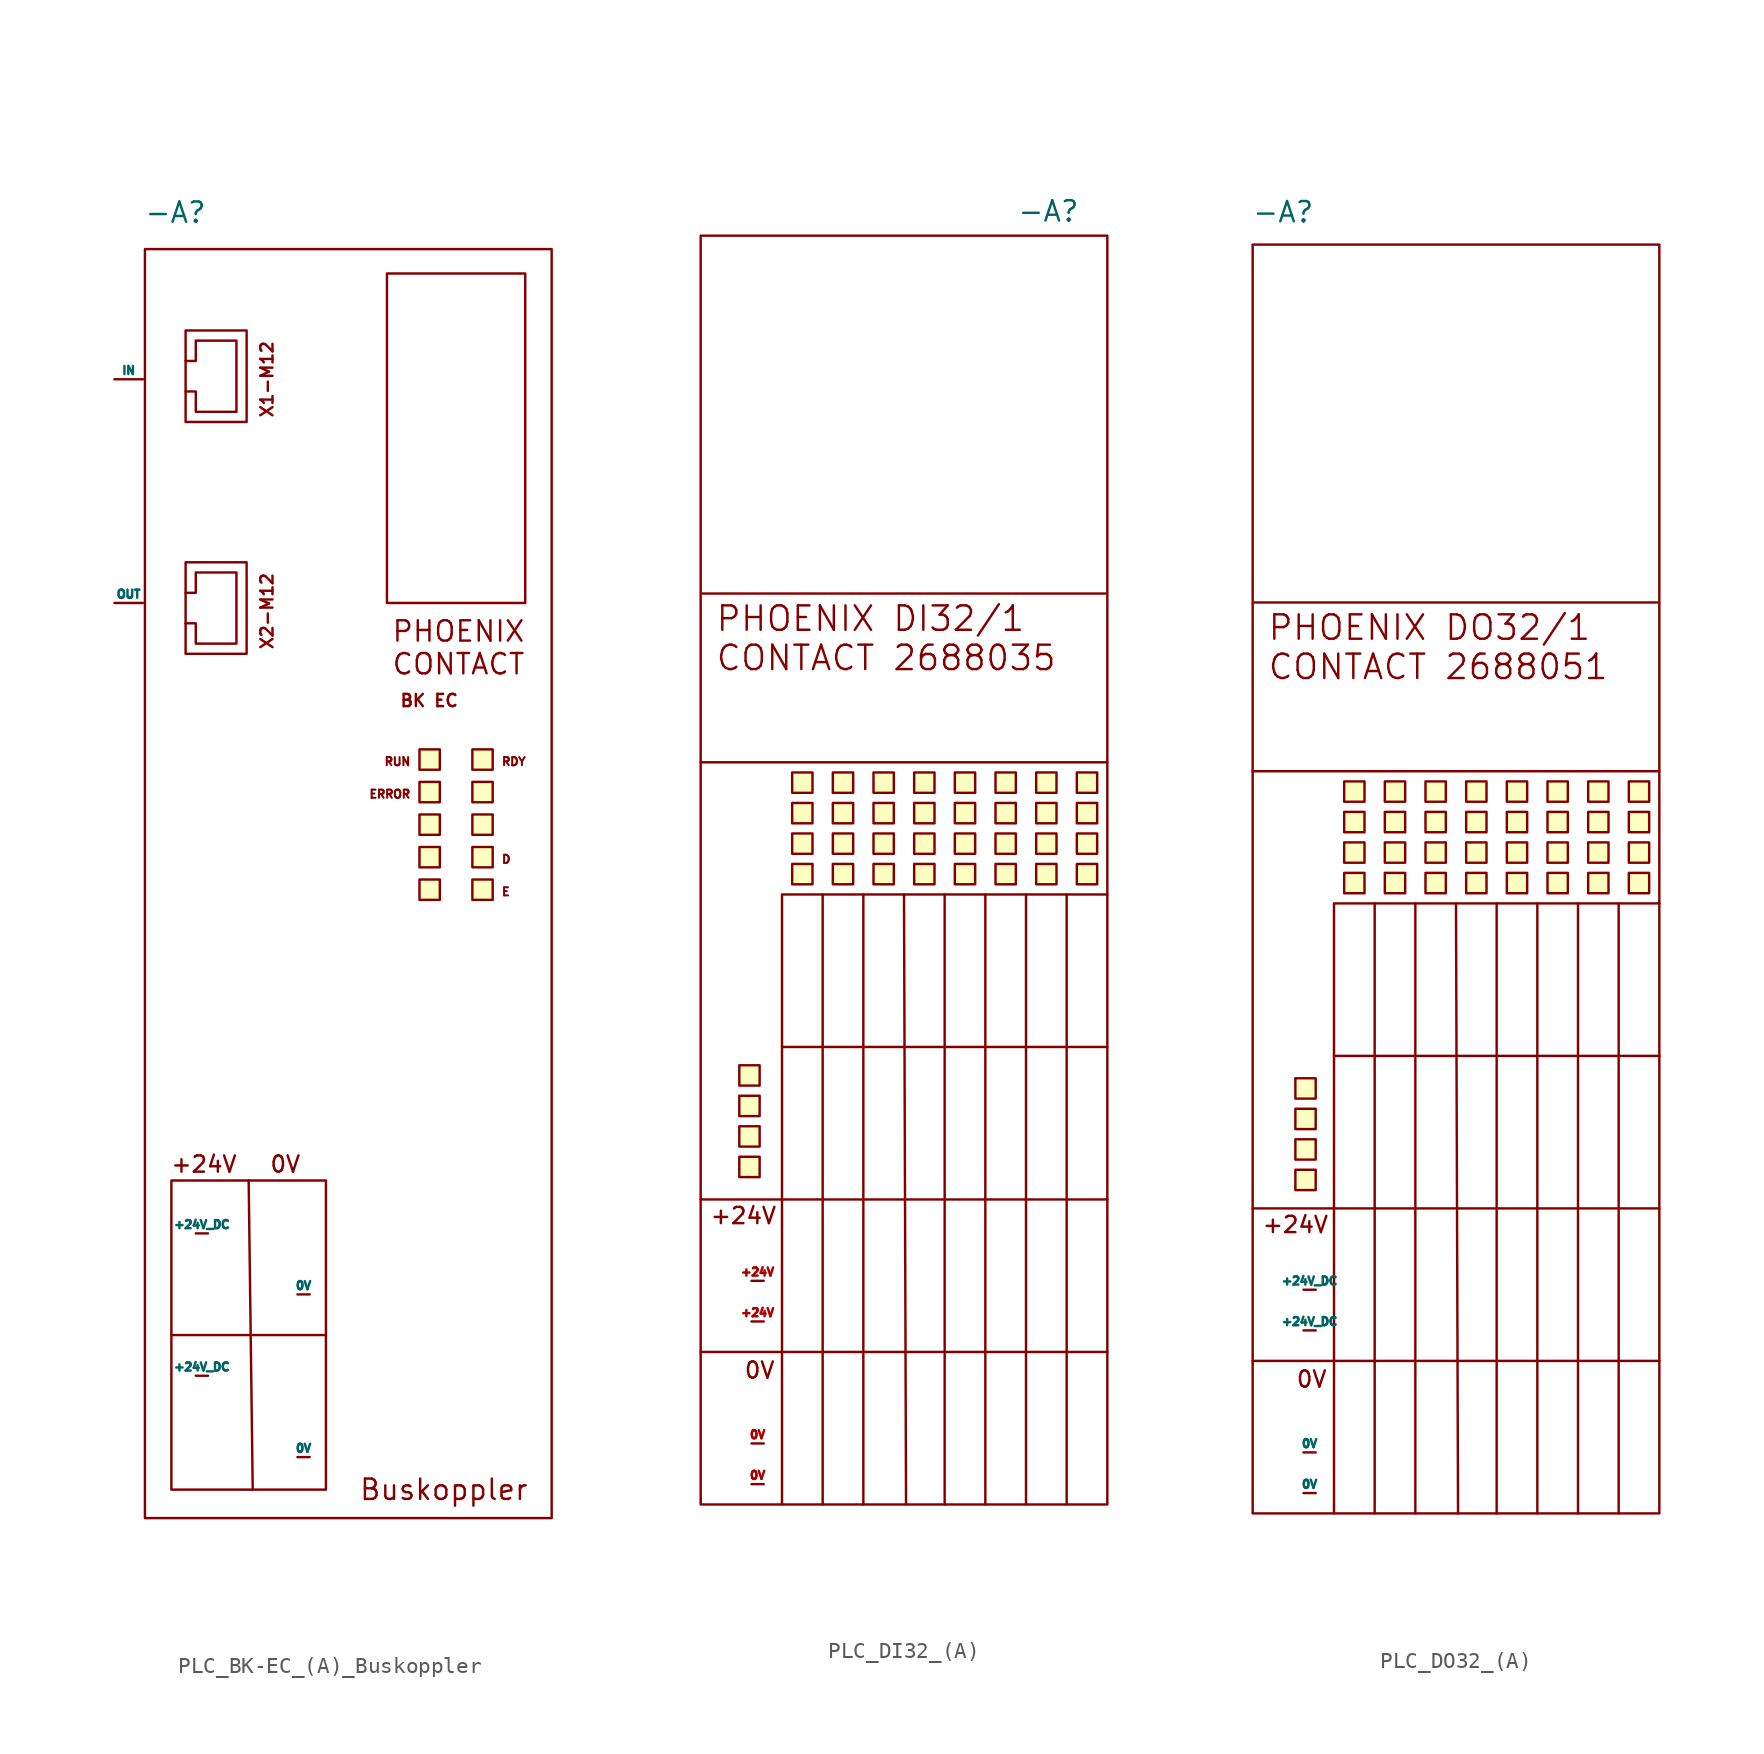
<source format=kicad_sym>
(kicad_symbol_lib
  (version 20241209)
  (generator "kicad_symbol_editor")
  (generator_version "9.0")
  (symbol "PLC_BK-EC_(A)_Buskoppler"
    (pin_numbers
      (hide yes))
    (pin_names
      (offset 0))
    (property "Reference" "-A"
      (at -10.16 52.324 0)
      (effects (font (size 1.27 1.27))))
    (property "Value" ""
      (at 0 0 0)
      (effects (font (size 1.27 1.27))))
    (symbol "PLC_BK-EC_(A)_Buskoppler_0_1"
      (rectangle (start -12.065 50.038) (end 13.335 -29.21) (stroke (width 0) (type default)) (fill (type none)))
      (polyline (pts (xy -9.525 43.053) (xy -8.89 43.053) (xy -8.89 44.323) (xy -6.35 44.323) (xy -6.35 39.878) (xy -8.89 39.878) (xy -8.89 40.513) (xy -8.89 41.148) (xy -9.525 41.148)) (stroke (width 0) (type default)) (fill (type none)))
      (polyline (pts (xy -9.525 28.575) (xy -8.89 28.575) (xy -8.89 29.845) (xy -6.35 29.845) (xy -6.35 25.4) (xy -8.89 25.4) (xy -8.89 26.035) (xy -8.89 26.67) (xy -9.525 26.67)) (stroke (width 0) (type default)) (fill (type none)))
      (rectangle (start -5.715 44.958) (end -9.525 39.243) (stroke (width 0) (type default)) (fill (type none)))
      (rectangle (start -5.715 30.48) (end -9.525 24.765) (stroke (width 0) (type default)) (fill (type none))))
    (symbol "PLC_BK-EC_(A)_Buskoppler_1_1"
      (polyline (pts (xy -10.414 -17.78) (xy -0.762 -17.78)) (stroke (width 0) (type default)) (fill (type none)))
      (rectangle (start -10.414 -27.432) (end -0.762 -8.128) (stroke (width 0) (type default)) (fill (type none)))
      (polyline (pts (xy -5.588 -8.128) (xy -5.334 -27.432)) (stroke (width 0) (type default)) (fill (type none)))
      (rectangle (start 3.048 48.514) (end 11.684 27.94) (stroke (width 0) (type solid)) (fill (type color) (color 0 0 0 0)))
      (rectangle (start 5.08 18.796) (end 6.35 17.526) (stroke (width 0) (type solid)) (fill (type background)))
      (rectangle (start 5.08 16.764) (end 6.35 15.494) (stroke (width 0) (type solid)) (fill (type background)))
      (rectangle (start 5.08 14.732) (end 6.35 13.462) (stroke (width 0) (type solid)) (fill (type background)))
      (rectangle (start 5.08 12.7) (end 6.35 11.43) (stroke (width 0) (type solid)) (fill (type background)))
      (rectangle (start 5.08 10.668) (end 6.35 9.398) (stroke (width 0) (type solid)) (fill (type background)))
      (rectangle (start 8.382 18.796) (end 9.652 17.526) (stroke (width 0) (type solid)) (fill (type background)))
      (rectangle (start 8.382 16.764) (end 9.652 15.494) (stroke (width 0) (type solid)) (fill (type background)))
      (rectangle (start 8.382 14.732) (end 9.652 13.462) (stroke (width 0) (type solid)) (fill (type background)))
      (rectangle (start 8.382 12.7) (end 9.652 11.43) (stroke (width 0) (type solid)) (fill (type background)))
      (rectangle (start 8.382 10.668) (end 9.652 9.398) (stroke (width 0) (type solid)) (fill (type background)))
      (text "+24V" (at -8.382 -7.112 0) (effects (font (size 1.016 1.016))))
      (text "X1-M12" (at -4.445 41.91 900) (effects (font (size 0.762 0.762))))
      (text "X2-M12" (at -4.445 27.432 900) (effects (font (size 0.762 0.762))))
      (text "0V" (at -3.302 -7.112 0) (effects (font (size 1.016 1.016))))
      (text "PHOENIX\nCONTACT" (at 3.302 25.146 0) (effects (font (size 1.27 1.27)) (justify left)))
      (text "BK EC" (at 3.81 21.844 0) (effects (font (size 0.762 0.762)) (justify left)))
      (text "RUN" (at 4.572 18.034 0) (effects (font (size 0.508 0.508)) (justify right)))
      (text "ERROR" (at 4.572 16.002 0) (effects (font (size 0.508 0.508)) (justify right)))
      (text "Buskoppler" (at 6.604 -27.432 0) (effects (font (size 1.27 1.27))))
      (text "RDY" (at 10.16 18.034 0) (effects (font (size 0.508 0.508)) (justify left)))
      (text "D" (at 10.16 11.938 0) (effects (font (size 0.508 0.508)) (justify left)))
      (text "E" (at 10.16 9.906 0) (effects (font (size 0.508 0.508)) (justify left)))
      (pin bidirectional line (at -13.97 41.91 0) (length 1.778) (name "IN" (effects (font (size 0.508 0.508)))) (number "IN" (effects (font (size 0.508 0.508)))))
      (pin bidirectional line (at -13.97 27.94 0) (length 1.778) (name "OUT" (effects (font (size 0.508 0.508)))) (number "OUT" (effects (font (size 0.508 0.508)))))
      (pin passive line (at -8.89 -11.43 0) (length 0.762) (name "+24V_DC" (effects (font (size 0.508 0.508)))) (number "+24V" (effects (font (size 0.508 0.508)))))
      (pin passive line (at -8.89 -20.32 0) (length 0.762) (name "+24V_DC" (effects (font (size 0.508 0.508)))) (number "+24V" (effects (font (size 0.508 0.508)))))
      (pin passive line (at -2.54 -15.24 0) (length 0.762) (name "0V" (effects (font (size 0.508 0.508)))) (number "0V" (effects (font (size 0.508 0.508)))))
      (pin passive line (at -2.54 -25.4 0) (length 0.762) (name "0V" (effects (font (size 0.508 0.508)))) (number "0V" (effects (font (size 0.508 0.508)))))))
  (symbol "PLC_DI32_(A)"
    (pin_names
      (offset 0)
      (hide yes))
    (property "Reference" "-A"
      (at 9.652 51.562 0)
      (effects (font (size 1.27 1.27))))
    (property "Value" ""
      (at 0 0 0)
      (effects (font (size 1.27 1.27))))
    (symbol "PLC_DI32_(A)_0_1"
      (rectangle (start -12.065 50.038) (end 13.335 -29.21) (stroke (width 0) (type default)) (fill (type none)))
      (polyline (pts (xy -11.938 27.686) (xy 13.208 27.686)) (stroke (width 0) (type default)) (fill (type none)))
      (polyline (pts (xy -6.985 -0.635) (xy 13.335 -0.635)) (stroke (width 0) (type default)) (fill (type none)))
      (polyline (pts (xy -6.985 -10.16) (xy 13.335 -10.16)) (stroke (width 0) (type default)) (fill (type none)))
      (polyline (pts (xy -6.985 -19.685) (xy 13.335 -19.685)) (stroke (width 0) (type default)) (fill (type none)))
      (polyline (pts (xy -6.985 -29.21) (xy -6.985 8.89) (xy 13.335 8.89)) (stroke (width 0) (type default)) (fill (type none)))
      (polyline (pts (xy -4.445 -29.21) (xy -4.445 8.89)) (stroke (width 0) (type default)) (fill (type none)))
      (polyline (pts (xy -1.905 -29.21) (xy -1.905 8.89)) (stroke (width 0) (type default)) (fill (type none)))
      (polyline (pts (xy 0.762 -29.21) (xy 0.635 8.89)) (stroke (width 0) (type default)) (fill (type none)))
      (polyline (pts (xy 3.175 -29.21) (xy 3.175 8.89)) (stroke (width 0) (type default)) (fill (type none)))
      (polyline (pts (xy 5.715 -29.21) (xy 5.715 8.89)) (stroke (width 0) (type default)) (fill (type none)))
      (polyline (pts (xy 8.255 -29.21) (xy 8.255 8.89)) (stroke (width 0) (type default)) (fill (type none)))
      (polyline (pts (xy 10.795 -29.21) (xy 10.795 8.89)) (stroke (width 0) (type default)) (fill (type none))))
    (symbol "PLC_DI32_(A)_1_1"
      (rectangle (start -9.652 -1.778) (end -8.382 -3.048) (stroke (width 0) (type solid)) (fill (type background)))
      (rectangle (start -9.652 -3.683) (end -8.382 -4.953) (stroke (width 0) (type solid)) (fill (type background)))
      (rectangle (start -9.652 -5.588) (end -8.382 -6.858) (stroke (width 0) (type solid)) (fill (type background)))
      (rectangle (start -9.652 -7.493) (end -8.382 -8.763) (stroke (width 0) (type solid)) (fill (type background)))
      (polyline (pts (xy -6.985 -10.16) (xy -12.065 -10.16)) (stroke (width 0) (type default)) (fill (type none)))
      (polyline (pts (xy -6.985 -19.685) (xy -12.065 -19.685)) (stroke (width 0) (type default)) (fill (type none)))
      (rectangle (start -6.35 16.51) (end -5.08 15.24) (stroke (width 0) (type solid)) (fill (type background)))
      (rectangle (start -6.35 14.605) (end -5.08 13.335) (stroke (width 0) (type solid)) (fill (type background)))
      (rectangle (start -6.35 12.7) (end -5.08 11.43) (stroke (width 0) (type solid)) (fill (type background)))
      (rectangle (start -6.35 10.795) (end -5.08 9.525) (stroke (width 0) (type solid)) (fill (type background)))
      (rectangle (start -3.81 16.51) (end -2.54 15.24) (stroke (width 0) (type solid)) (fill (type background)))
      (rectangle (start -3.81 14.605) (end -2.54 13.335) (stroke (width 0) (type solid)) (fill (type background)))
      (rectangle (start -3.81 12.7) (end -2.54 11.43) (stroke (width 0) (type solid)) (fill (type background)))
      (rectangle (start -3.81 10.795) (end -2.54 9.525) (stroke (width 0) (type solid)) (fill (type background)))
      (rectangle (start -1.27 16.51) (end 0 15.24) (stroke (width 0) (type solid)) (fill (type background)))
      (rectangle (start -1.27 14.605) (end 0 13.335) (stroke (width 0) (type solid)) (fill (type background)))
      (rectangle (start -1.27 12.7) (end 0 11.43) (stroke (width 0) (type solid)) (fill (type background)))
      (rectangle (start -1.27 10.795) (end 0 9.525) (stroke (width 0) (type solid)) (fill (type background)))
      (rectangle (start 1.27 16.51) (end 2.54 15.24) (stroke (width 0) (type solid)) (fill (type background)))
      (rectangle (start 1.27 14.605) (end 2.54 13.335) (stroke (width 0) (type solid)) (fill (type background)))
      (rectangle (start 1.27 12.7) (end 2.54 11.43) (stroke (width 0) (type solid)) (fill (type background)))
      (rectangle (start 1.27 10.795) (end 2.54 9.525) (stroke (width 0) (type solid)) (fill (type background)))
      (rectangle (start 3.81 16.51) (end 5.08 15.24) (stroke (width 0) (type solid)) (fill (type background)))
      (rectangle (start 3.81 14.605) (end 5.08 13.335) (stroke (width 0) (type solid)) (fill (type background)))
      (rectangle (start 3.81 12.7) (end 5.08 11.43) (stroke (width 0) (type solid)) (fill (type background)))
      (rectangle (start 3.81 10.795) (end 5.08 9.525) (stroke (width 0) (type solid)) (fill (type background)))
      (rectangle (start 6.35 16.51) (end 7.62 15.24) (stroke (width 0) (type solid)) (fill (type background)))
      (rectangle (start 6.35 14.605) (end 7.62 13.335) (stroke (width 0) (type solid)) (fill (type background)))
      (rectangle (start 6.35 12.7) (end 7.62 11.43) (stroke (width 0) (type solid)) (fill (type background)))
      (rectangle (start 6.35 10.795) (end 7.62 9.525) (stroke (width 0) (type solid)) (fill (type background)))
      (rectangle (start 8.89 16.51) (end 10.16 15.24) (stroke (width 0) (type solid)) (fill (type background)))
      (rectangle (start 8.89 14.605) (end 10.16 13.335) (stroke (width 0) (type solid)) (fill (type background)))
      (rectangle (start 8.89 12.7) (end 10.16 11.43) (stroke (width 0) (type solid)) (fill (type background)))
      (rectangle (start 8.89 10.795) (end 10.16 9.525) (stroke (width 0) (type solid)) (fill (type background)))
      (rectangle (start 11.43 16.51) (end 12.7 15.24) (stroke (width 0) (type solid)) (fill (type background)))
      (rectangle (start 11.43 14.605) (end 12.7 13.335) (stroke (width 0) (type solid)) (fill (type background)))
      (rectangle (start 11.43 12.7) (end 12.7 11.43) (stroke (width 0) (type solid)) (fill (type background)))
      (rectangle (start 11.43 10.795) (end 12.7 9.525) (stroke (width 0) (type solid)) (fill (type background)))
      (polyline (pts (xy 13.335 17.145) (xy -12.065 17.145)) (stroke (width 0) (type default)) (fill (type none)))
      (text "PHOENIX DI32/1\nCONTACT 2688035" (at -11.176 24.892 0) (effects (font (size 1.524 1.524)) (justify left)))
      (text "+24V" (at -9.398 -11.176 0) (effects (font (size 1.016 1.016))))
      (text "0V" (at -8.382 -20.828 0) (effects (font (size 1.016 1.016))))
      (pin passive line (at -8.89 -15.24 0) (length 0.762) (name "+24V_DC" (effects (font (size 0.508 0.508)))) (number "+24V" (effects (font (size 0.508 0.508)))))
      (pin passive line (at -8.89 -17.78 0) (length 0.762) (name "+24V_DC" (effects (font (size 0.508 0.508)))) (number "+24V" (effects (font (size 0.508 0.508)))))
      (pin passive line (at -8.89 -25.4 0) (length 0.762) (name "0V" (effects (font (size 0.508 0.508)))) (number "0V" (effects (font (size 0.508 0.508)))))
      (pin passive line (at -8.89 -27.94 0) (length 0.762) (name "0V" (effects (font (size 0.508 0.508)))) (number "0V" (effects (font (size 0.508 0.508)))))))
  (symbol "PLC_DO32_(A)"
    (pin_numbers
      (hide yes))
    (pin_names
      (offset 0))
    (property "Reference" "-A"
      (at -10.16 52.07 0)
      (effects (font (size 1.27 1.27))))
    (property "Value" ""
      (at 0 0 0)
      (effects (font (size 1.27 1.27))))
    (symbol "PLC_DO32_(A)_0_1"
      (rectangle (start -12.065 50.038) (end 13.335 -29.21) (stroke (width 0) (type default)) (fill (type none)))
      (polyline (pts (xy -11.938 27.686) (xy 13.208 27.686)) (stroke (width 0) (type default)) (fill (type none)))
      (polyline (pts (xy -6.985 -0.635) (xy 13.335 -0.635)) (stroke (width 0) (type default)) (fill (type none)))
      (polyline (pts (xy -6.985 -10.16) (xy 13.335 -10.16)) (stroke (width 0) (type default)) (fill (type none)))
      (polyline (pts (xy -6.985 -19.685) (xy 13.335 -19.685)) (stroke (width 0) (type default)) (fill (type none)))
      (polyline (pts (xy -6.985 -29.21) (xy -6.985 8.89) (xy 13.335 8.89)) (stroke (width 0) (type default)) (fill (type none)))
      (polyline (pts (xy -4.445 -29.21) (xy -4.445 8.89)) (stroke (width 0) (type default)) (fill (type none)))
      (polyline (pts (xy -1.905 -29.21) (xy -1.905 8.89)) (stroke (width 0) (type default)) (fill (type none)))
      (polyline (pts (xy 0.762 -29.21) (xy 0.635 8.89)) (stroke (width 0) (type default)) (fill (type none)))
      (polyline (pts (xy 3.175 -29.21) (xy 3.175 8.89)) (stroke (width 0) (type default)) (fill (type none)))
      (polyline (pts (xy 5.715 -29.21) (xy 5.715 8.89)) (stroke (width 0) (type default)) (fill (type none)))
      (polyline (pts (xy 8.255 -29.21) (xy 8.255 8.89)) (stroke (width 0) (type default)) (fill (type none)))
      (polyline (pts (xy 10.795 -29.21) (xy 10.795 8.89)) (stroke (width 0) (type default)) (fill (type none))))
    (symbol "PLC_DO32_(A)_1_1"
      (rectangle (start -9.398 -2.032) (end -8.128 -3.302) (stroke (width 0) (type solid)) (fill (type background)))
      (rectangle (start -9.398 -3.937) (end -8.128 -5.207) (stroke (width 0) (type solid)) (fill (type background)))
      (rectangle (start -9.398 -5.842) (end -8.128 -7.112) (stroke (width 0) (type solid)) (fill (type background)))
      (rectangle (start -9.398 -7.747) (end -8.128 -9.017) (stroke (width 0) (type solid)) (fill (type background)))
      (polyline (pts (xy -6.985 -10.16) (xy -12.065 -10.16)) (stroke (width 0) (type default)) (fill (type none)))
      (polyline (pts (xy -6.985 -19.685) (xy -12.065 -19.685)) (stroke (width 0) (type default)) (fill (type none)))
      (rectangle (start -6.35 16.51) (end -5.08 15.24) (stroke (width 0) (type solid)) (fill (type background)))
      (rectangle (start -6.35 14.605) (end -5.08 13.335) (stroke (width 0) (type solid)) (fill (type background)))
      (rectangle (start -6.35 12.7) (end -5.08 11.43) (stroke (width 0) (type solid)) (fill (type background)))
      (rectangle (start -6.35 10.795) (end -5.08 9.525) (stroke (width 0) (type solid)) (fill (type background)))
      (rectangle (start -3.81 16.51) (end -2.54 15.24) (stroke (width 0) (type solid)) (fill (type background)))
      (rectangle (start -3.81 14.605) (end -2.54 13.335) (stroke (width 0) (type solid)) (fill (type background)))
      (rectangle (start -3.81 12.7) (end -2.54 11.43) (stroke (width 0) (type solid)) (fill (type background)))
      (rectangle (start -3.81 10.795) (end -2.54 9.525) (stroke (width 0) (type solid)) (fill (type background)))
      (rectangle (start -1.27 16.51) (end 0 15.24) (stroke (width 0) (type solid)) (fill (type background)))
      (rectangle (start -1.27 14.605) (end 0 13.335) (stroke (width 0) (type solid)) (fill (type background)))
      (rectangle (start -1.27 12.7) (end 0 11.43) (stroke (width 0) (type solid)) (fill (type background)))
      (rectangle (start -1.27 10.795) (end 0 9.525) (stroke (width 0) (type solid)) (fill (type background)))
      (rectangle (start 1.27 16.51) (end 2.54 15.24) (stroke (width 0) (type solid)) (fill (type background)))
      (rectangle (start 1.27 14.605) (end 2.54 13.335) (stroke (width 0) (type solid)) (fill (type background)))
      (rectangle (start 1.27 12.7) (end 2.54 11.43) (stroke (width 0) (type solid)) (fill (type background)))
      (rectangle (start 1.27 10.795) (end 2.54 9.525) (stroke (width 0) (type solid)) (fill (type background)))
      (rectangle (start 3.81 16.51) (end 5.08 15.24) (stroke (width 0) (type solid)) (fill (type background)))
      (rectangle (start 3.81 14.605) (end 5.08 13.335) (stroke (width 0) (type solid)) (fill (type background)))
      (rectangle (start 3.81 12.7) (end 5.08 11.43) (stroke (width 0) (type solid)) (fill (type background)))
      (rectangle (start 3.81 10.795) (end 5.08 9.525) (stroke (width 0) (type solid)) (fill (type background)))
      (rectangle (start 6.35 16.51) (end 7.62 15.24) (stroke (width 0) (type solid)) (fill (type background)))
      (rectangle (start 6.35 14.605) (end 7.62 13.335) (stroke (width 0) (type solid)) (fill (type background)))
      (rectangle (start 6.35 12.7) (end 7.62 11.43) (stroke (width 0) (type solid)) (fill (type background)))
      (rectangle (start 6.35 10.795) (end 7.62 9.525) (stroke (width 0) (type solid)) (fill (type background)))
      (rectangle (start 8.89 16.51) (end 10.16 15.24) (stroke (width 0) (type solid)) (fill (type background)))
      (rectangle (start 8.89 14.605) (end 10.16 13.335) (stroke (width 0) (type solid)) (fill (type background)))
      (rectangle (start 8.89 12.7) (end 10.16 11.43) (stroke (width 0) (type solid)) (fill (type background)))
      (rectangle (start 8.89 10.795) (end 10.16 9.525) (stroke (width 0) (type solid)) (fill (type background)))
      (rectangle (start 11.43 16.51) (end 12.7 15.24) (stroke (width 0) (type solid)) (fill (type background)))
      (rectangle (start 11.43 14.605) (end 12.7 13.335) (stroke (width 0) (type solid)) (fill (type background)))
      (rectangle (start 11.43 12.7) (end 12.7 11.43) (stroke (width 0) (type solid)) (fill (type background)))
      (rectangle (start 11.43 10.795) (end 12.7 9.525) (stroke (width 0) (type solid)) (fill (type background)))
      (polyline (pts (xy 13.335 17.145) (xy -12.065 17.145)) (stroke (width 0) (type default)) (fill (type none)))
      (text "PHOENIX DO32/1\nCONTACT 2688051" (at -11.176 24.892 0) (effects (font (size 1.524 1.524)) (justify left)))
      (text "+24V" (at -9.398 -11.176 0) (effects (font (size 1.016 1.016))))
      (text "0V" (at -8.382 -20.828 0) (effects (font (size 1.016 1.016))))
      (pin passive line (at -8.89 -15.24 0) (length 0.762) (name "+24V_DC" (effects (font (size 0.508 0.508)))) (number "+24V" (effects (font (size 0.508 0.508)))))
      (pin passive line (at -8.89 -17.78 0) (length 0.762) (name "+24V_DC" (effects (font (size 0.508 0.508)))) (number "+24V" (effects (font (size 0.508 0.508)))))
      (pin passive line (at -8.89 -25.4 0) (length 0.762) (name "0V" (effects (font (size 0.508 0.508)))) (number "0V" (effects (font (size 0.508 0.508)))))
      (pin passive line (at -8.89 -27.94 0) (length 0.762) (name "0V" (effects (font (size 0.508 0.508)))) (number "0V" (effects (font (size 0.508 0.508))))))))
</source>
